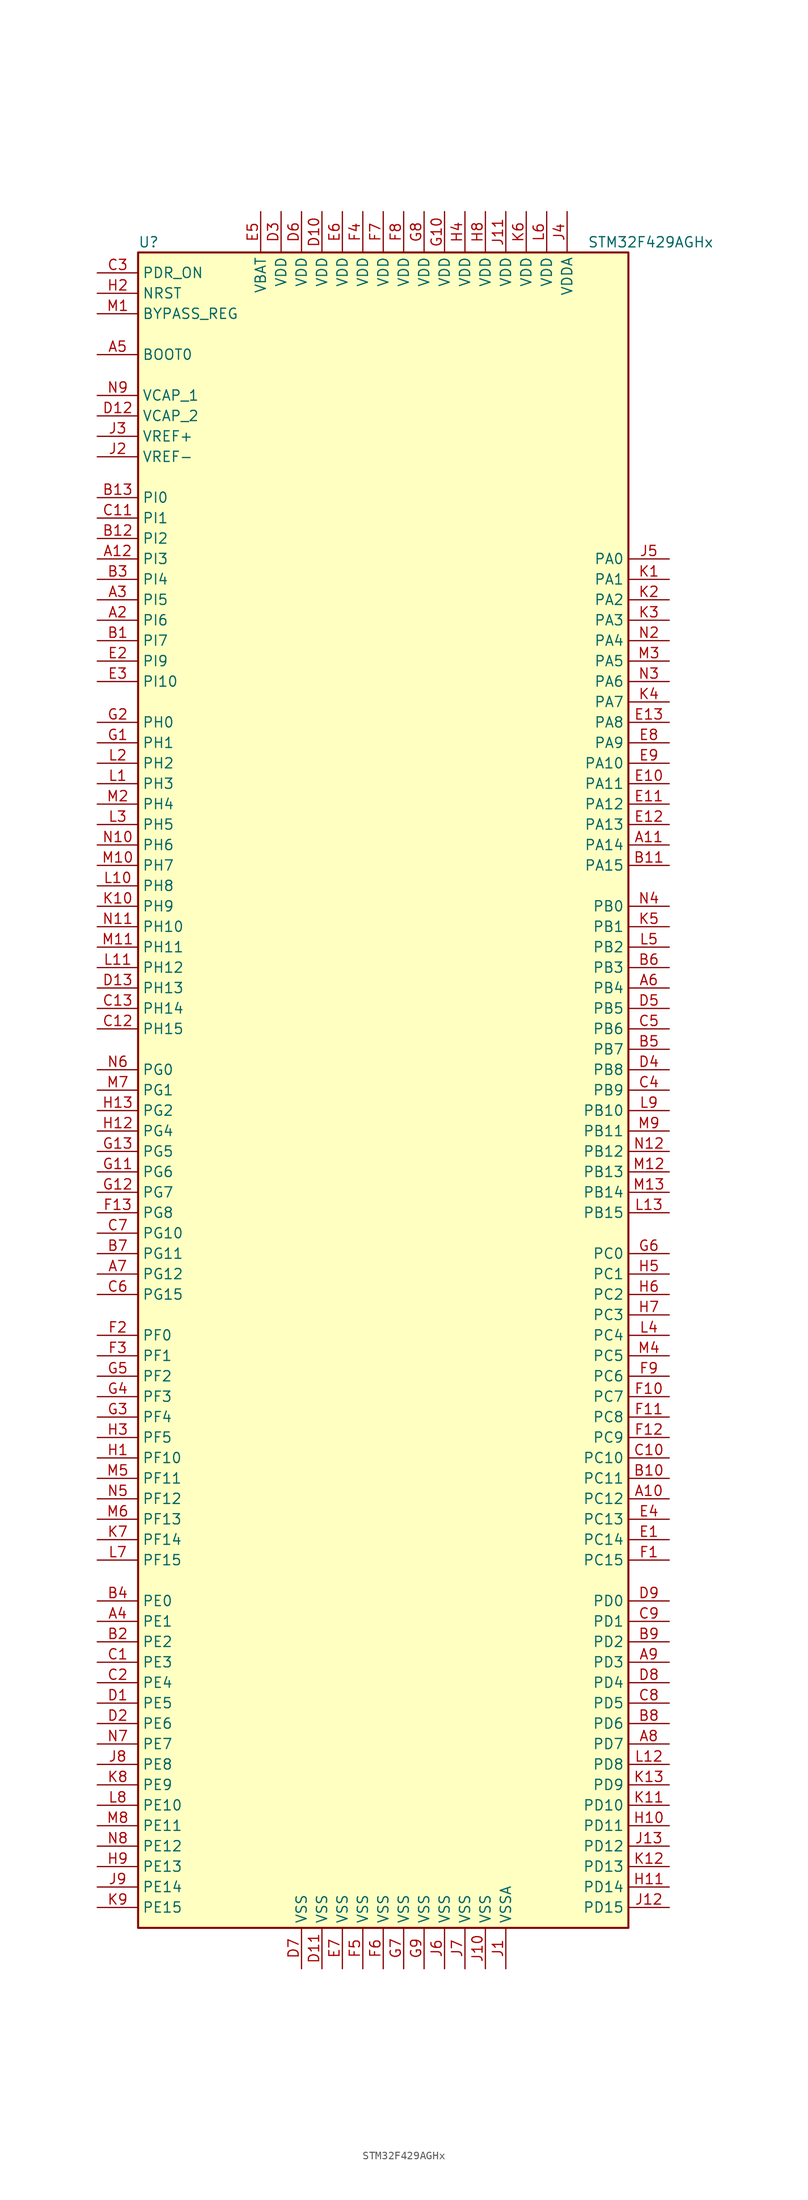
<source format=kicad_sym>
(kicad_symbol_lib
  (version 20201005)
  (generator kicad_symbol_editor)
  (symbol "STM32F429AGHx"
    (property "Reference" "U"
      (at -30.48 105.41 0)
      (effects (font (size 1.27 1.27)) (justify left)))
    (property "Value" "STM32F429AGHx"
      (at 25.4 105.41 0)
      (effects (font (size 1.27 1.27)) (justify left)))
    (symbol "STM32F429AGHx_0_1"
      (rectangle (start -30.48 -104.14) (end 30.48 104.14) (stroke (width 0.254)) (fill (type background))))
    (symbol "STM32F429AGHx_1_1"
      (pin input line (at -35.56 91.44 0) (length 5.08) (name "BOOT0" (effects (font (size 1.27 1.27)))) (number "A5" (effects (font (size 1.27 1.27)))))
      (pin input line (at -35.56 96.52 0) (length 5.08) (name "BYPASS_REG" (effects (font (size 1.27 1.27)))) (number "M1" (effects (font (size 1.27 1.27)))))
      (pin no_connect line (at -30.48 -101.6 0) (length 5.08) hide (name "NC" (effects (font (size 1.27 1.27)))) (number "A1" (effects (font (size 1.27 1.27)))))
      (pin no_connect line (at -30.48 -99.06 0) (length 5.08) hide (name "NC" (effects (font (size 1.27 1.27)))) (number "A13" (effects (font (size 1.27 1.27)))))
      (pin no_connect line (at -30.48 -96.52 0) (length 5.08) hide (name "NC" (effects (font (size 1.27 1.27)))) (number "N1" (effects (font (size 1.27 1.27)))))
      (pin no_connect line (at -30.48 -93.98 0) (length 5.08) hide (name "NC" (effects (font (size 1.27 1.27)))) (number "N13" (effects (font (size 1.27 1.27)))))
      (pin input line (at -35.56 99.06 0) (length 5.08) (name "NRST" (effects (font (size 1.27 1.27)))) (number "H2" (effects (font (size 1.27 1.27)))))
      (pin bidirectional line (at 35.56 66.04 180) (length 5.08) (name "PA0" (effects (font (size 1.27 1.27)))) (number "J5" (effects (font (size 1.27 1.27)))))
      (pin bidirectional line (at 35.56 63.5 180) (length 5.08) (name "PA1" (effects (font (size 1.27 1.27)))) (number "K1" (effects (font (size 1.27 1.27)))))
      (pin bidirectional line (at 35.56 40.64 180) (length 5.08) (name "PA10" (effects (font (size 1.27 1.27)))) (number "E9" (effects (font (size 1.27 1.27)))))
      (pin bidirectional line (at 35.56 38.1 180) (length 5.08) (name "PA11" (effects (font (size 1.27 1.27)))) (number "E10" (effects (font (size 1.27 1.27)))))
      (pin bidirectional line (at 35.56 35.56 180) (length 5.08) (name "PA12" (effects (font (size 1.27 1.27)))) (number "E11" (effects (font (size 1.27 1.27)))))
      (pin bidirectional line (at 35.56 33.02 180) (length 5.08) (name "PA13" (effects (font (size 1.27 1.27)))) (number "E12" (effects (font (size 1.27 1.27)))))
      (pin bidirectional line (at 35.56 30.48 180) (length 5.08) (name "PA14" (effects (font (size 1.27 1.27)))) (number "A11" (effects (font (size 1.27 1.27)))))
      (pin bidirectional line (at 35.56 27.94 180) (length 5.08) (name "PA15" (effects (font (size 1.27 1.27)))) (number "B11" (effects (font (size 1.27 1.27)))))
      (pin bidirectional line (at 35.56 60.96 180) (length 5.08) (name "PA2" (effects (font (size 1.27 1.27)))) (number "K2" (effects (font (size 1.27 1.27)))))
      (pin bidirectional line (at 35.56 58.42 180) (length 5.08) (name "PA3" (effects (font (size 1.27 1.27)))) (number "K3" (effects (font (size 1.27 1.27)))))
      (pin bidirectional line (at 35.56 55.88 180) (length 5.08) (name "PA4" (effects (font (size 1.27 1.27)))) (number "N2" (effects (font (size 1.27 1.27)))))
      (pin bidirectional line (at 35.56 53.34 180) (length 5.08) (name "PA5" (effects (font (size 1.27 1.27)))) (number "M3" (effects (font (size 1.27 1.27)))))
      (pin bidirectional line (at 35.56 50.8 180) (length 5.08) (name "PA6" (effects (font (size 1.27 1.27)))) (number "N3" (effects (font (size 1.27 1.27)))))
      (pin bidirectional line (at 35.56 48.26 180) (length 5.08) (name "PA7" (effects (font (size 1.27 1.27)))) (number "K4" (effects (font (size 1.27 1.27)))))
      (pin bidirectional line (at 35.56 45.72 180) (length 5.08) (name "PA8" (effects (font (size 1.27 1.27)))) (number "E13" (effects (font (size 1.27 1.27)))))
      (pin bidirectional line (at 35.56 43.18 180) (length 5.08) (name "PA9" (effects (font (size 1.27 1.27)))) (number "E8" (effects (font (size 1.27 1.27)))))
      (pin bidirectional line (at 35.56 22.86 180) (length 5.08) (name "PB0" (effects (font (size 1.27 1.27)))) (number "N4" (effects (font (size 1.27 1.27)))))
      (pin bidirectional line (at 35.56 20.32 180) (length 5.08) (name "PB1" (effects (font (size 1.27 1.27)))) (number "K5" (effects (font (size 1.27 1.27)))))
      (pin bidirectional line (at 35.56 -2.54 180) (length 5.08) (name "PB10" (effects (font (size 1.27 1.27)))) (number "L9" (effects (font (size 1.27 1.27)))))
      (pin bidirectional line (at 35.56 -5.08 180) (length 5.08) (name "PB11" (effects (font (size 1.27 1.27)))) (number "M9" (effects (font (size 1.27 1.27)))))
      (pin bidirectional line (at 35.56 -7.62 180) (length 5.08) (name "PB12" (effects (font (size 1.27 1.27)))) (number "N12" (effects (font (size 1.27 1.27)))))
      (pin bidirectional line (at 35.56 -10.16 180) (length 5.08) (name "PB13" (effects (font (size 1.27 1.27)))) (number "M12" (effects (font (size 1.27 1.27)))))
      (pin bidirectional line (at 35.56 -12.7 180) (length 5.08) (name "PB14" (effects (font (size 1.27 1.27)))) (number "M13" (effects (font (size 1.27 1.27)))))
      (pin bidirectional line (at 35.56 -15.24 180) (length 5.08) (name "PB15" (effects (font (size 1.27 1.27)))) (number "L13" (effects (font (size 1.27 1.27)))))
      (pin bidirectional line (at 35.56 17.78 180) (length 5.08) (name "PB2" (effects (font (size 1.27 1.27)))) (number "L5" (effects (font (size 1.27 1.27)))))
      (pin bidirectional line (at 35.56 15.24 180) (length 5.08) (name "PB3" (effects (font (size 1.27 1.27)))) (number "B6" (effects (font (size 1.27 1.27)))))
      (pin bidirectional line (at 35.56 12.7 180) (length 5.08) (name "PB4" (effects (font (size 1.27 1.27)))) (number "A6" (effects (font (size 1.27 1.27)))))
      (pin bidirectional line (at 35.56 10.16 180) (length 5.08) (name "PB5" (effects (font (size 1.27 1.27)))) (number "D5" (effects (font (size 1.27 1.27)))))
      (pin bidirectional line (at 35.56 7.62 180) (length 5.08) (name "PB6" (effects (font (size 1.27 1.27)))) (number "C5" (effects (font (size 1.27 1.27)))))
      (pin bidirectional line (at 35.56 5.08 180) (length 5.08) (name "PB7" (effects (font (size 1.27 1.27)))) (number "B5" (effects (font (size 1.27 1.27)))))
      (pin bidirectional line (at 35.56 2.54 180) (length 5.08) (name "PB8" (effects (font (size 1.27 1.27)))) (number "D4" (effects (font (size 1.27 1.27)))))
      (pin bidirectional line (at 35.56 0 180) (length 5.08) (name "PB9" (effects (font (size 1.27 1.27)))) (number "C4" (effects (font (size 1.27 1.27)))))
      (pin bidirectional line (at 35.56 -20.32 180) (length 5.08) (name "PC0" (effects (font (size 1.27 1.27)))) (number "G6" (effects (font (size 1.27 1.27)))))
      (pin bidirectional line (at 35.56 -22.86 180) (length 5.08) (name "PC1" (effects (font (size 1.27 1.27)))) (number "H5" (effects (font (size 1.27 1.27)))))
      (pin bidirectional line (at 35.56 -45.72 180) (length 5.08) (name "PC10" (effects (font (size 1.27 1.27)))) (number "C10" (effects (font (size 1.27 1.27)))))
      (pin bidirectional line (at 35.56 -48.26 180) (length 5.08) (name "PC11" (effects (font (size 1.27 1.27)))) (number "B10" (effects (font (size 1.27 1.27)))))
      (pin bidirectional line (at 35.56 -50.8 180) (length 5.08) (name "PC12" (effects (font (size 1.27 1.27)))) (number "A10" (effects (font (size 1.27 1.27)))))
      (pin bidirectional line (at 35.56 -53.34 180) (length 5.08) (name "PC13" (effects (font (size 1.27 1.27)))) (number "E4" (effects (font (size 1.27 1.27)))))
      (pin bidirectional line (at 35.56 -55.88 180) (length 5.08) (name "PC14" (effects (font (size 1.27 1.27)))) (number "E1" (effects (font (size 1.27 1.27)))))
      (pin bidirectional line (at 35.56 -58.42 180) (length 5.08) (name "PC15" (effects (font (size 1.27 1.27)))) (number "F1" (effects (font (size 1.27 1.27)))))
      (pin bidirectional line (at 35.56 -25.4 180) (length 5.08) (name "PC2" (effects (font (size 1.27 1.27)))) (number "H6" (effects (font (size 1.27 1.27)))))
      (pin bidirectional line (at 35.56 -27.94 180) (length 5.08) (name "PC3" (effects (font (size 1.27 1.27)))) (number "H7" (effects (font (size 1.27 1.27)))))
      (pin bidirectional line (at 35.56 -30.48 180) (length 5.08) (name "PC4" (effects (font (size 1.27 1.27)))) (number "L4" (effects (font (size 1.27 1.27)))))
      (pin bidirectional line (at 35.56 -33.02 180) (length 5.08) (name "PC5" (effects (font (size 1.27 1.27)))) (number "M4" (effects (font (size 1.27 1.27)))))
      (pin bidirectional line (at 35.56 -35.56 180) (length 5.08) (name "PC6" (effects (font (size 1.27 1.27)))) (number "F9" (effects (font (size 1.27 1.27)))))
      (pin bidirectional line (at 35.56 -38.1 180) (length 5.08) (name "PC7" (effects (font (size 1.27 1.27)))) (number "F10" (effects (font (size 1.27 1.27)))))
      (pin bidirectional line (at 35.56 -40.64 180) (length 5.08) (name "PC8" (effects (font (size 1.27 1.27)))) (number "F11" (effects (font (size 1.27 1.27)))))
      (pin bidirectional line (at 35.56 -43.18 180) (length 5.08) (name "PC9" (effects (font (size 1.27 1.27)))) (number "F12" (effects (font (size 1.27 1.27)))))
      (pin bidirectional line (at 35.56 -63.5 180) (length 5.08) (name "PD0" (effects (font (size 1.27 1.27)))) (number "D9" (effects (font (size 1.27 1.27)))))
      (pin bidirectional line (at 35.56 -66.04 180) (length 5.08) (name "PD1" (effects (font (size 1.27 1.27)))) (number "C9" (effects (font (size 1.27 1.27)))))
      (pin bidirectional line (at 35.56 -88.9 180) (length 5.08) (name "PD10" (effects (font (size 1.27 1.27)))) (number "K11" (effects (font (size 1.27 1.27)))))
      (pin bidirectional line (at 35.56 -91.44 180) (length 5.08) (name "PD11" (effects (font (size 1.27 1.27)))) (number "H10" (effects (font (size 1.27 1.27)))))
      (pin bidirectional line (at 35.56 -93.98 180) (length 5.08) (name "PD12" (effects (font (size 1.27 1.27)))) (number "J13" (effects (font (size 1.27 1.27)))))
      (pin bidirectional line (at 35.56 -96.52 180) (length 5.08) (name "PD13" (effects (font (size 1.27 1.27)))) (number "K12" (effects (font (size 1.27 1.27)))))
      (pin bidirectional line (at 35.56 -99.06 180) (length 5.08) (name "PD14" (effects (font (size 1.27 1.27)))) (number "H11" (effects (font (size 1.27 1.27)))))
      (pin bidirectional line (at 35.56 -101.6 180) (length 5.08) (name "PD15" (effects (font (size 1.27 1.27)))) (number "J12" (effects (font (size 1.27 1.27)))))
      (pin bidirectional line (at 35.56 -68.58 180) (length 5.08) (name "PD2" (effects (font (size 1.27 1.27)))) (number "B9" (effects (font (size 1.27 1.27)))))
      (pin bidirectional line (at 35.56 -71.12 180) (length 5.08) (name "PD3" (effects (font (size 1.27 1.27)))) (number "A9" (effects (font (size 1.27 1.27)))))
      (pin bidirectional line (at 35.56 -73.66 180) (length 5.08) (name "PD4" (effects (font (size 1.27 1.27)))) (number "D8" (effects (font (size 1.27 1.27)))))
      (pin bidirectional line (at 35.56 -76.2 180) (length 5.08) (name "PD5" (effects (font (size 1.27 1.27)))) (number "C8" (effects (font (size 1.27 1.27)))))
      (pin bidirectional line (at 35.56 -78.74 180) (length 5.08) (name "PD6" (effects (font (size 1.27 1.27)))) (number "B8" (effects (font (size 1.27 1.27)))))
      (pin bidirectional line (at 35.56 -81.28 180) (length 5.08) (name "PD7" (effects (font (size 1.27 1.27)))) (number "A8" (effects (font (size 1.27 1.27)))))
      (pin bidirectional line (at 35.56 -83.82 180) (length 5.08) (name "PD8" (effects (font (size 1.27 1.27)))) (number "L12" (effects (font (size 1.27 1.27)))))
      (pin bidirectional line (at 35.56 -86.36 180) (length 5.08) (name "PD9" (effects (font (size 1.27 1.27)))) (number "K13" (effects (font (size 1.27 1.27)))))
      (pin input line (at -35.56 101.6 0) (length 5.08) (name "PDR_ON" (effects (font (size 1.27 1.27)))) (number "C3" (effects (font (size 1.27 1.27)))))
      (pin bidirectional line (at -35.56 -63.5 0) (length 5.08) (name "PE0" (effects (font (size 1.27 1.27)))) (number "B4" (effects (font (size 1.27 1.27)))))
      (pin bidirectional line (at -35.56 -66.04 0) (length 5.08) (name "PE1" (effects (font (size 1.27 1.27)))) (number "A4" (effects (font (size 1.27 1.27)))))
      (pin bidirectional line (at -35.56 -88.9 0) (length 5.08) (name "PE10" (effects (font (size 1.27 1.27)))) (number "L8" (effects (font (size 1.27 1.27)))))
      (pin bidirectional line (at -35.56 -91.44 0) (length 5.08) (name "PE11" (effects (font (size 1.27 1.27)))) (number "M8" (effects (font (size 1.27 1.27)))))
      (pin bidirectional line (at -35.56 -93.98 0) (length 5.08) (name "PE12" (effects (font (size 1.27 1.27)))) (number "N8" (effects (font (size 1.27 1.27)))))
      (pin bidirectional line (at -35.56 -96.52 0) (length 5.08) (name "PE13" (effects (font (size 1.27 1.27)))) (number "H9" (effects (font (size 1.27 1.27)))))
      (pin bidirectional line (at -35.56 -99.06 0) (length 5.08) (name "PE14" (effects (font (size 1.27 1.27)))) (number "J9" (effects (font (size 1.27 1.27)))))
      (pin bidirectional line (at -35.56 -101.6 0) (length 5.08) (name "PE15" (effects (font (size 1.27 1.27)))) (number "K9" (effects (font (size 1.27 1.27)))))
      (pin bidirectional line (at -35.56 -68.58 0) (length 5.08) (name "PE2" (effects (font (size 1.27 1.27)))) (number "B2" (effects (font (size 1.27 1.27)))))
      (pin bidirectional line (at -35.56 -71.12 0) (length 5.08) (name "PE3" (effects (font (size 1.27 1.27)))) (number "C1" (effects (font (size 1.27 1.27)))))
      (pin bidirectional line (at -35.56 -73.66 0) (length 5.08) (name "PE4" (effects (font (size 1.27 1.27)))) (number "C2" (effects (font (size 1.27 1.27)))))
      (pin bidirectional line (at -35.56 -76.2 0) (length 5.08) (name "PE5" (effects (font (size 1.27 1.27)))) (number "D1" (effects (font (size 1.27 1.27)))))
      (pin bidirectional line (at -35.56 -78.74 0) (length 5.08) (name "PE6" (effects (font (size 1.27 1.27)))) (number "D2" (effects (font (size 1.27 1.27)))))
      (pin bidirectional line (at -35.56 -81.28 0) (length 5.08) (name "PE7" (effects (font (size 1.27 1.27)))) (number "N7" (effects (font (size 1.27 1.27)))))
      (pin bidirectional line (at -35.56 -83.82 0) (length 5.08) (name "PE8" (effects (font (size 1.27 1.27)))) (number "J8" (effects (font (size 1.27 1.27)))))
      (pin bidirectional line (at -35.56 -86.36 0) (length 5.08) (name "PE9" (effects (font (size 1.27 1.27)))) (number "K8" (effects (font (size 1.27 1.27)))))
      (pin bidirectional line (at -35.56 -30.48 0) (length 5.08) (name "PF0" (effects (font (size 1.27 1.27)))) (number "F2" (effects (font (size 1.27 1.27)))))
      (pin bidirectional line (at -35.56 -33.02 0) (length 5.08) (name "PF1" (effects (font (size 1.27 1.27)))) (number "F3" (effects (font (size 1.27 1.27)))))
      (pin bidirectional line (at -35.56 -45.72 0) (length 5.08) (name "PF10" (effects (font (size 1.27 1.27)))) (number "H1" (effects (font (size 1.27 1.27)))))
      (pin bidirectional line (at -35.56 -48.26 0) (length 5.08) (name "PF11" (effects (font (size 1.27 1.27)))) (number "M5" (effects (font (size 1.27 1.27)))))
      (pin bidirectional line (at -35.56 -50.8 0) (length 5.08) (name "PF12" (effects (font (size 1.27 1.27)))) (number "N5" (effects (font (size 1.27 1.27)))))
      (pin bidirectional line (at -35.56 -53.34 0) (length 5.08) (name "PF13" (effects (font (size 1.27 1.27)))) (number "M6" (effects (font (size 1.27 1.27)))))
      (pin bidirectional line (at -35.56 -55.88 0) (length 5.08) (name "PF14" (effects (font (size 1.27 1.27)))) (number "K7" (effects (font (size 1.27 1.27)))))
      (pin bidirectional line (at -35.56 -58.42 0) (length 5.08) (name "PF15" (effects (font (size 1.27 1.27)))) (number "L7" (effects (font (size 1.27 1.27)))))
      (pin bidirectional line (at -35.56 -35.56 0) (length 5.08) (name "PF2" (effects (font (size 1.27 1.27)))) (number "G5" (effects (font (size 1.27 1.27)))))
      (pin bidirectional line (at -35.56 -38.1 0) (length 5.08) (name "PF3" (effects (font (size 1.27 1.27)))) (number "G4" (effects (font (size 1.27 1.27)))))
      (pin bidirectional line (at -35.56 -40.64 0) (length 5.08) (name "PF4" (effects (font (size 1.27 1.27)))) (number "G3" (effects (font (size 1.27 1.27)))))
      (pin bidirectional line (at -35.56 -43.18 0) (length 5.08) (name "PF5" (effects (font (size 1.27 1.27)))) (number "H3" (effects (font (size 1.27 1.27)))))
      (pin bidirectional line (at -35.56 2.54 0) (length 5.08) (name "PG0" (effects (font (size 1.27 1.27)))) (number "N6" (effects (font (size 1.27 1.27)))))
      (pin bidirectional line (at -35.56 0 0) (length 5.08) (name "PG1" (effects (font (size 1.27 1.27)))) (number "M7" (effects (font (size 1.27 1.27)))))
      (pin bidirectional line (at -35.56 -17.78 0) (length 5.08) (name "PG10" (effects (font (size 1.27 1.27)))) (number "C7" (effects (font (size 1.27 1.27)))))
      (pin bidirectional line (at -35.56 -20.32 0) (length 5.08) (name "PG11" (effects (font (size 1.27 1.27)))) (number "B7" (effects (font (size 1.27 1.27)))))
      (pin bidirectional line (at -35.56 -22.86 0) (length 5.08) (name "PG12" (effects (font (size 1.27 1.27)))) (number "A7" (effects (font (size 1.27 1.27)))))
      (pin bidirectional line (at -35.56 -25.4 0) (length 5.08) (name "PG15" (effects (font (size 1.27 1.27)))) (number "C6" (effects (font (size 1.27 1.27)))))
      (pin bidirectional line (at -35.56 -2.54 0) (length 5.08) (name "PG2" (effects (font (size 1.27 1.27)))) (number "H13" (effects (font (size 1.27 1.27)))))
      (pin bidirectional line (at -35.56 -5.08 0) (length 5.08) (name "PG4" (effects (font (size 1.27 1.27)))) (number "H12" (effects (font (size 1.27 1.27)))))
      (pin bidirectional line (at -35.56 -7.62 0) (length 5.08) (name "PG5" (effects (font (size 1.27 1.27)))) (number "G13" (effects (font (size 1.27 1.27)))))
      (pin bidirectional line (at -35.56 -10.16 0) (length 5.08) (name "PG6" (effects (font (size 1.27 1.27)))) (number "G11" (effects (font (size 1.27 1.27)))))
      (pin bidirectional line (at -35.56 -12.7 0) (length 5.08) (name "PG7" (effects (font (size 1.27 1.27)))) (number "G12" (effects (font (size 1.27 1.27)))))
      (pin bidirectional line (at -35.56 -15.24 0) (length 5.08) (name "PG8" (effects (font (size 1.27 1.27)))) (number "F13" (effects (font (size 1.27 1.27)))))
      (pin input line (at -35.56 45.72 0) (length 5.08) (name "PH0" (effects (font (size 1.27 1.27)))) (number "G2" (effects (font (size 1.27 1.27)))))
      (pin input line (at -35.56 43.18 0) (length 5.08) (name "PH1" (effects (font (size 1.27 1.27)))) (number "G1" (effects (font (size 1.27 1.27)))))
      (pin bidirectional line (at -35.56 20.32 0) (length 5.08) (name "PH10" (effects (font (size 1.27 1.27)))) (number "N11" (effects (font (size 1.27 1.27)))))
      (pin bidirectional line (at -35.56 17.78 0) (length 5.08) (name "PH11" (effects (font (size 1.27 1.27)))) (number "M11" (effects (font (size 1.27 1.27)))))
      (pin bidirectional line (at -35.56 15.24 0) (length 5.08) (name "PH12" (effects (font (size 1.27 1.27)))) (number "L11" (effects (font (size 1.27 1.27)))))
      (pin bidirectional line (at -35.56 12.7 0) (length 5.08) (name "PH13" (effects (font (size 1.27 1.27)))) (number "D13" (effects (font (size 1.27 1.27)))))
      (pin bidirectional line (at -35.56 10.16 0) (length 5.08) (name "PH14" (effects (font (size 1.27 1.27)))) (number "C13" (effects (font (size 1.27 1.27)))))
      (pin bidirectional line (at -35.56 7.62 0) (length 5.08) (name "PH15" (effects (font (size 1.27 1.27)))) (number "C12" (effects (font (size 1.27 1.27)))))
      (pin bidirectional line (at -35.56 40.64 0) (length 5.08) (name "PH2" (effects (font (size 1.27 1.27)))) (number "L2" (effects (font (size 1.27 1.27)))))
      (pin bidirectional line (at -35.56 38.1 0) (length 5.08) (name "PH3" (effects (font (size 1.27 1.27)))) (number "L1" (effects (font (size 1.27 1.27)))))
      (pin bidirectional line (at -35.56 35.56 0) (length 5.08) (name "PH4" (effects (font (size 1.27 1.27)))) (number "M2" (effects (font (size 1.27 1.27)))))
      (pin bidirectional line (at -35.56 33.02 0) (length 5.08) (name "PH5" (effects (font (size 1.27 1.27)))) (number "L3" (effects (font (size 1.27 1.27)))))
      (pin bidirectional line (at -35.56 30.48 0) (length 5.08) (name "PH6" (effects (font (size 1.27 1.27)))) (number "N10" (effects (font (size 1.27 1.27)))))
      (pin bidirectional line (at -35.56 27.94 0) (length 5.08) (name "PH7" (effects (font (size 1.27 1.27)))) (number "M10" (effects (font (size 1.27 1.27)))))
      (pin bidirectional line (at -35.56 25.4 0) (length 5.08) (name "PH8" (effects (font (size 1.27 1.27)))) (number "L10" (effects (font (size 1.27 1.27)))))
      (pin bidirectional line (at -35.56 22.86 0) (length 5.08) (name "PH9" (effects (font (size 1.27 1.27)))) (number "K10" (effects (font (size 1.27 1.27)))))
      (pin bidirectional line (at -35.56 73.66 0) (length 5.08) (name "PI0" (effects (font (size 1.27 1.27)))) (number "B13" (effects (font (size 1.27 1.27)))))
      (pin bidirectional line (at -35.56 71.12 0) (length 5.08) (name "PI1" (effects (font (size 1.27 1.27)))) (number "C11" (effects (font (size 1.27 1.27)))))
      (pin bidirectional line (at -35.56 50.8 0) (length 5.08) (name "PI10" (effects (font (size 1.27 1.27)))) (number "E3" (effects (font (size 1.27 1.27)))))
      (pin bidirectional line (at -35.56 68.58 0) (length 5.08) (name "PI2" (effects (font (size 1.27 1.27)))) (number "B12" (effects (font (size 1.27 1.27)))))
      (pin bidirectional line (at -35.56 66.04 0) (length 5.08) (name "PI3" (effects (font (size 1.27 1.27)))) (number "A12" (effects (font (size 1.27 1.27)))))
      (pin bidirectional line (at -35.56 63.5 0) (length 5.08) (name "PI4" (effects (font (size 1.27 1.27)))) (number "B3" (effects (font (size 1.27 1.27)))))
      (pin bidirectional line (at -35.56 60.96 0) (length 5.08) (name "PI5" (effects (font (size 1.27 1.27)))) (number "A3" (effects (font (size 1.27 1.27)))))
      (pin bidirectional line (at -35.56 58.42 0) (length 5.08) (name "PI6" (effects (font (size 1.27 1.27)))) (number "A2" (effects (font (size 1.27 1.27)))))
      (pin bidirectional line (at -35.56 55.88 0) (length 5.08) (name "PI7" (effects (font (size 1.27 1.27)))) (number "B1" (effects (font (size 1.27 1.27)))))
      (pin bidirectional line (at -35.56 53.34 0) (length 5.08) (name "PI9" (effects (font (size 1.27 1.27)))) (number "E2" (effects (font (size 1.27 1.27)))))
      (pin power_in line (at -15.24 109.22 270) (length 5.08) (name "VBAT" (effects (font (size 1.27 1.27)))) (number "E5" (effects (font (size 1.27 1.27)))))
      (pin power_in line (at -35.56 86.36 0) (length 5.08) (name "VCAP_1" (effects (font (size 1.27 1.27)))) (number "N9" (effects (font (size 1.27 1.27)))))
      (pin power_in line (at -35.56 83.82 0) (length 5.08) (name "VCAP_2" (effects (font (size 1.27 1.27)))) (number "D12" (effects (font (size 1.27 1.27)))))
      (pin power_in line (at -7.62 109.22 270) (length 5.08) (name "VDD" (effects (font (size 1.27 1.27)))) (number "D10" (effects (font (size 1.27 1.27)))))
      (pin power_in line (at -12.7 109.22 270) (length 5.08) (name "VDD" (effects (font (size 1.27 1.27)))) (number "D3" (effects (font (size 1.27 1.27)))))
      (pin power_in line (at -10.16 109.22 270) (length 5.08) (name "VDD" (effects (font (size 1.27 1.27)))) (number "D6" (effects (font (size 1.27 1.27)))))
      (pin power_in line (at -5.08 109.22 270) (length 5.08) (name "VDD" (effects (font (size 1.27 1.27)))) (number "E6" (effects (font (size 1.27 1.27)))))
      (pin power_in line (at -2.54 109.22 270) (length 5.08) (name "VDD" (effects (font (size 1.27 1.27)))) (number "F4" (effects (font (size 1.27 1.27)))))
      (pin power_in line (at 0 109.22 270) (length 5.08) (name "VDD" (effects (font (size 1.27 1.27)))) (number "F7" (effects (font (size 1.27 1.27)))))
      (pin power_in line (at 2.54 109.22 270) (length 5.08) (name "VDD" (effects (font (size 1.27 1.27)))) (number "F8" (effects (font (size 1.27 1.27)))))
      (pin power_in line (at 7.62 109.22 270) (length 5.08) (name "VDD" (effects (font (size 1.27 1.27)))) (number "G10" (effects (font (size 1.27 1.27)))))
      (pin power_in line (at 5.08 109.22 270) (length 5.08) (name "VDD" (effects (font (size 1.27 1.27)))) (number "G8" (effects (font (size 1.27 1.27)))))
      (pin power_in line (at 10.16 109.22 270) (length 5.08) (name "VDD" (effects (font (size 1.27 1.27)))) (number "H4" (effects (font (size 1.27 1.27)))))
      (pin power_in line (at 12.7 109.22 270) (length 5.08) (name "VDD" (effects (font (size 1.27 1.27)))) (number "H8" (effects (font (size 1.27 1.27)))))
      (pin power_in line (at 15.24 109.22 270) (length 5.08) (name "VDD" (effects (font (size 1.27 1.27)))) (number "J11" (effects (font (size 1.27 1.27)))))
      (pin power_in line (at 17.78 109.22 270) (length 5.08) (name "VDD" (effects (font (size 1.27 1.27)))) (number "K6" (effects (font (size 1.27 1.27)))))
      (pin power_in line (at 20.32 109.22 270) (length 5.08) (name "VDD" (effects (font (size 1.27 1.27)))) (number "L6" (effects (font (size 1.27 1.27)))))
      (pin power_in line (at 22.86 109.22 270) (length 5.08) (name "VDDA" (effects (font (size 1.27 1.27)))) (number "J4" (effects (font (size 1.27 1.27)))))
      (pin power_in line (at -35.56 81.28 0) (length 5.08) (name "VREF+" (effects (font (size 1.27 1.27)))) (number "J3" (effects (font (size 1.27 1.27)))))
      (pin power_in line (at -35.56 78.74 0) (length 5.08) (name "VREF-" (effects (font (size 1.27 1.27)))) (number "J2" (effects (font (size 1.27 1.27)))))
      (pin power_in line (at -7.62 -109.22 90) (length 5.08) (name "VSS" (effects (font (size 1.27 1.27)))) (number "D11" (effects (font (size 1.27 1.27)))))
      (pin power_in line (at -10.16 -109.22 90) (length 5.08) (name "VSS" (effects (font (size 1.27 1.27)))) (number "D7" (effects (font (size 1.27 1.27)))))
      (pin power_in line (at -5.08 -109.22 90) (length 5.08) (name "VSS" (effects (font (size 1.27 1.27)))) (number "E7" (effects (font (size 1.27 1.27)))))
      (pin power_in line (at -2.54 -109.22 90) (length 5.08) (name "VSS" (effects (font (size 1.27 1.27)))) (number "F5" (effects (font (size 1.27 1.27)))))
      (pin power_in line (at 0 -109.22 90) (length 5.08) (name "VSS" (effects (font (size 1.27 1.27)))) (number "F6" (effects (font (size 1.27 1.27)))))
      (pin power_in line (at 2.54 -109.22 90) (length 5.08) (name "VSS" (effects (font (size 1.27 1.27)))) (number "G7" (effects (font (size 1.27 1.27)))))
      (pin power_in line (at 5.08 -109.22 90) (length 5.08) (name "VSS" (effects (font (size 1.27 1.27)))) (number "G9" (effects (font (size 1.27 1.27)))))
      (pin power_in line (at 12.7 -109.22 90) (length 5.08) (name "VSS" (effects (font (size 1.27 1.27)))) (number "J10" (effects (font (size 1.27 1.27)))))
      (pin power_in line (at 7.62 -109.22 90) (length 5.08) (name "VSS" (effects (font (size 1.27 1.27)))) (number "J6" (effects (font (size 1.27 1.27)))))
      (pin power_in line (at 10.16 -109.22 90) (length 5.08) (name "VSS" (effects (font (size 1.27 1.27)))) (number "J7" (effects (font (size 1.27 1.27)))))
      (pin power_in line (at 15.24 -109.22 90) (length 5.08) (name "VSSA" (effects (font (size 1.27 1.27)))) (number "J1" (effects (font (size 1.27 1.27))))))))
</source>
